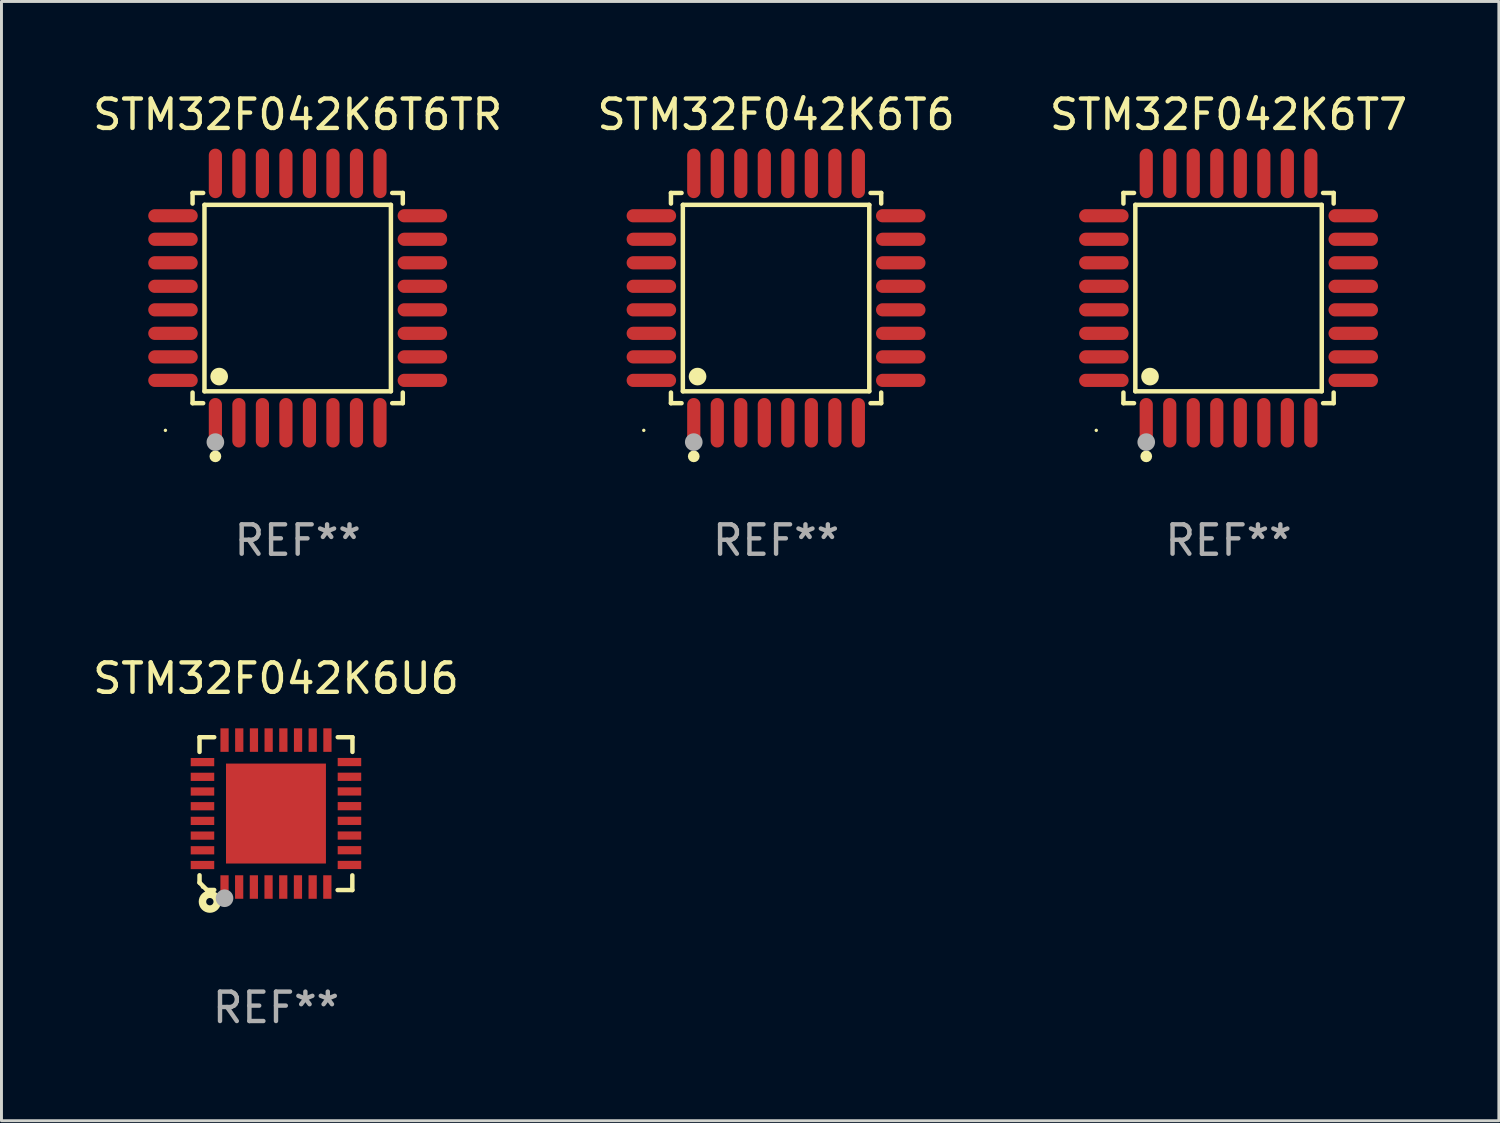
<source format=kicad_pcb>
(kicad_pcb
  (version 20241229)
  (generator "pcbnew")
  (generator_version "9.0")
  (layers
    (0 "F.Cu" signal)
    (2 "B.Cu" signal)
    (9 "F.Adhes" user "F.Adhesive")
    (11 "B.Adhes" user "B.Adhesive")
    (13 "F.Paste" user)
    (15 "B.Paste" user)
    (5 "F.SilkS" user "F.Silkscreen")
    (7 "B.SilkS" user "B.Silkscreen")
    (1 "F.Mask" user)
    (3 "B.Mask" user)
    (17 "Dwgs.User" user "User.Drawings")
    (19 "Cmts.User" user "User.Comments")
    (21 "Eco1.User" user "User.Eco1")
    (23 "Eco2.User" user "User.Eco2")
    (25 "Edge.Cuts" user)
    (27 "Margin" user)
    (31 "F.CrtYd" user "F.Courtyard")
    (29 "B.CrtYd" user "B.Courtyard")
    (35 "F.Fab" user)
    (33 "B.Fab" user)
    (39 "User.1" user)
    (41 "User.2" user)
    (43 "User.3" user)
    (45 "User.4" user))
  (footprint "STM32F042K6T6"
    (layer "F.Cu")
    (at 23.351 7.09)
    (property "Reference" "STM32F042K6T6" (at 0 -6.242 0) (layer "F.SilkS") (effects (font (size 1 1) (thickness 0.15))))
    (attr through_hole)
    (fp_line (start -3.576 -3.576) (end -3.215 -3.576) (stroke (width 0.152) (type solid)) (layer "F.SilkS"))
    (fp_line (start -3.576 -3.215) (end -3.576 -3.576) (stroke (width 0.152) (type solid)) (layer "F.SilkS"))
    (fp_line (start -3.576 3.215) (end -3.576 3.576) (stroke (width 0.152) (type solid)) (layer "F.SilkS"))
    (fp_line (start -3.576 3.576) (end -3.215 3.576) (stroke (width 0.152) (type solid)) (layer "F.SilkS"))
    (fp_line (start -3.171 -3.171) (end 3.171 -3.171) (stroke (width 0.152) (type solid)) (layer "F.SilkS"))
    (fp_line (start -3.171 3.171) (end -3.171 -3.171) (stroke (width 0.152) (type solid)) (layer "F.SilkS"))
    (fp_line (start 3.171 -3.171) (end 3.171 3.171) (stroke (width 0.152) (type solid)) (layer "F.SilkS"))
    (fp_line (start 3.171 3.171) (end -3.171 3.171) (stroke (width 0.152) (type solid)) (layer "F.SilkS"))
    (fp_line (start 3.576 -3.576) (end 3.215 -3.576) (stroke (width 0.152) (type solid)) (layer "F.SilkS"))
    (fp_line (start 3.576 -3.215) (end 3.576 -3.576) (stroke (width 0.152) (type solid)) (layer "F.SilkS"))
    (fp_line (start 3.576 3.215) (end 3.576 3.576) (stroke (width 0.152) (type solid)) (layer "F.SilkS"))
    (fp_line (start 3.576 3.576) (end 3.215 3.576) (stroke (width 0.152) (type solid)) (layer "F.SilkS"))
    (fp_circle (center -4.5 4.5) (end -4.47 4.5) (stroke (width 0.06) (type solid)) (fill no) (layer "F.SilkS"))
    (fp_circle (center -2.8 5.384) (end -2.7 5.384) (stroke (width 0.2) (type solid)) (fill no) (layer "F.SilkS"))
    (fp_circle (center -2.671 2.671) (end -2.521 2.671) (stroke (width 0.3) (type solid)) (fill no) (layer "F.SilkS"))
    (fp_circle (center -2.8 4.9) (end -2.65 4.9) (stroke (width 0.3) (type solid)) (fill no) (layer "F.Fab"))
    (fp_text user "REF**" (at 0 8.242 0) (layer "F.Fab") (effects (font (size 1 1) (thickness 0.15))))
    (pad "1" smd oval (at -2.8 4.242) (size 0.448 1.684) (layers "F.Cu" "F.Mask" "F.Paste"))
    (pad "2" smd oval (at -2 4.242) (size 0.448 1.684) (layers "F.Cu" "F.Mask" "F.Paste"))
    (pad "3" smd oval (at -1.2 4.242) (size 0.448 1.684) (layers "F.Cu" "F.Mask" "F.Paste"))
    (pad "4" smd oval (at -0.4 4.242) (size 0.448 1.684) (layers "F.Cu" "F.Mask" "F.Paste"))
    (pad "5" smd oval (at 0.4 4.242) (size 0.448 1.684) (layers "F.Cu" "F.Mask" "F.Paste"))
    (pad "6" smd oval (at 1.2 4.242) (size 0.448 1.684) (layers "F.Cu" "F.Mask" "F.Paste"))
    (pad "7" smd oval (at 2 4.242) (size 0.448 1.684) (layers "F.Cu" "F.Mask" "F.Paste"))
    (pad "8" smd oval (at 2.8 4.242) (size 0.448 1.684) (layers "F.Cu" "F.Mask" "F.Paste"))
    (pad "9" smd oval (at 4.242 2.8) (size 1.684 0.448) (layers "F.Cu" "F.Mask" "F.Paste"))
    (pad "10" smd oval (at 4.242 2) (size 1.684 0.448) (layers "F.Cu" "F.Mask" "F.Paste"))
    (pad "11" smd oval (at 4.242 1.2) (size 1.684 0.448) (layers "F.Cu" "F.Mask" "F.Paste"))
    (pad "12" smd oval (at 4.242 0.4) (size 1.684 0.448) (layers "F.Cu" "F.Mask" "F.Paste"))
    (pad "13" smd oval (at 4.242 -0.4) (size 1.684 0.448) (layers "F.Cu" "F.Mask" "F.Paste"))
    (pad "14" smd oval (at 4.242 -1.2) (size 1.684 0.448) (layers "F.Cu" "F.Mask" "F.Paste"))
    (pad "15" smd oval (at 4.242 -2) (size 1.684 0.448) (layers "F.Cu" "F.Mask" "F.Paste"))
    (pad "16" smd oval (at 4.242 -2.8) (size 1.684 0.448) (layers "F.Cu" "F.Mask" "F.Paste"))
    (pad "17" smd oval (at 2.8 -4.242) (size 0.448 1.684) (layers "F.Cu" "F.Mask" "F.Paste"))
    (pad "18" smd oval (at 2 -4.242) (size 0.448 1.684) (layers "F.Cu" "F.Mask" "F.Paste"))
    (pad "19" smd oval (at 1.2 -4.242) (size 0.448 1.684) (layers "F.Cu" "F.Mask" "F.Paste"))
    (pad "20" smd oval (at 0.4 -4.242) (size 0.448 1.684) (layers "F.Cu" "F.Mask" "F.Paste"))
    (pad "21" smd oval (at -0.4 -4.242) (size 0.448 1.684) (layers "F.Cu" "F.Mask" "F.Paste"))
    (pad "22" smd oval (at -1.2 -4.242) (size 0.448 1.684) (layers "F.Cu" "F.Mask" "F.Paste"))
    (pad "23" smd oval (at -2 -4.242) (size 0.448 1.684) (layers "F.Cu" "F.Mask" "F.Paste"))
    (pad "24" smd oval (at -2.8 -4.242) (size 0.448 1.684) (layers "F.Cu" "F.Mask" "F.Paste"))
    (pad "25" smd oval (at -4.242 -2.8) (size 1.684 0.448) (layers "F.Cu" "F.Mask" "F.Paste"))
    (pad "26" smd oval (at -4.242 -2) (size 1.684 0.448) (layers "F.Cu" "F.Mask" "F.Paste"))
    (pad "27" smd oval (at -4.242 -1.2) (size 1.684 0.448) (layers "F.Cu" "F.Mask" "F.Paste"))
    (pad "28" smd oval (at -4.242 -0.4) (size 1.684 0.448) (layers "F.Cu" "F.Mask" "F.Paste"))
    (pad "29" smd oval (at -4.242 0.4) (size 1.684 0.448) (layers "F.Cu" "F.Mask" "F.Paste"))
    (pad "30" smd oval (at -4.242 1.2) (size 1.684 0.448) (layers "F.Cu" "F.Mask" "F.Paste"))
    (pad "31" smd oval (at -4.242 2) (size 1.684 0.448) (layers "F.Cu" "F.Mask" "F.Paste"))
    (pad "32" smd oval (at -4.242 2.8) (size 1.684 0.448) (layers "F.Cu" "F.Mask" "F.Paste")))
  (footprint "STM32F042K6T7"
    (layer "F.Cu")
    (at 38.744 7.09)
    (property "Reference" "STM32F042K6T7" (at 0 -6.242 0) (layer "F.SilkS") (effects (font (size 1 1) (thickness 0.15))))
    (attr through_hole)
    (fp_line (start -3.576 -3.576) (end -3.215 -3.576) (stroke (width 0.152) (type solid)) (layer "F.SilkS"))
    (fp_line (start -3.576 -3.215) (end -3.576 -3.576) (stroke (width 0.152) (type solid)) (layer "F.SilkS"))
    (fp_line (start -3.576 3.215) (end -3.576 3.576) (stroke (width 0.152) (type solid)) (layer "F.SilkS"))
    (fp_line (start -3.576 3.576) (end -3.215 3.576) (stroke (width 0.152) (type solid)) (layer "F.SilkS"))
    (fp_line (start -3.171 -3.171) (end 3.171 -3.171) (stroke (width 0.152) (type solid)) (layer "F.SilkS"))
    (fp_line (start -3.171 3.171) (end -3.171 -3.171) (stroke (width 0.152) (type solid)) (layer "F.SilkS"))
    (fp_line (start 3.171 -3.171) (end 3.171 3.171) (stroke (width 0.152) (type solid)) (layer "F.SilkS"))
    (fp_line (start 3.171 3.171) (end -3.171 3.171) (stroke (width 0.152) (type solid)) (layer "F.SilkS"))
    (fp_line (start 3.576 -3.576) (end 3.215 -3.576) (stroke (width 0.152) (type solid)) (layer "F.SilkS"))
    (fp_line (start 3.576 -3.215) (end 3.576 -3.576) (stroke (width 0.152) (type solid)) (layer "F.SilkS"))
    (fp_line (start 3.576 3.215) (end 3.576 3.576) (stroke (width 0.152) (type solid)) (layer "F.SilkS"))
    (fp_line (start 3.576 3.576) (end 3.215 3.576) (stroke (width 0.152) (type solid)) (layer "F.SilkS"))
    (fp_circle (center -4.5 4.5) (end -4.47 4.5) (stroke (width 0.06) (type solid)) (fill no) (layer "F.SilkS"))
    (fp_circle (center -2.8 5.384) (end -2.7 5.384) (stroke (width 0.2) (type solid)) (fill no) (layer "F.SilkS"))
    (fp_circle (center -2.671 2.671) (end -2.521 2.671) (stroke (width 0.3) (type solid)) (fill no) (layer "F.SilkS"))
    (fp_circle (center -2.8 4.9) (end -2.65 4.9) (stroke (width 0.3) (type solid)) (fill no) (layer "F.Fab"))
    (fp_text user "REF**" (at 0 8.242 0) (layer "F.Fab") (effects (font (size 1 1) (thickness 0.15))))
    (pad "1" smd oval (at -2.8 4.242) (size 0.448 1.684) (layers "F.Cu" "F.Mask" "F.Paste"))
    (pad "2" smd oval (at -2 4.242) (size 0.448 1.684) (layers "F.Cu" "F.Mask" "F.Paste"))
    (pad "3" smd oval (at -1.2 4.242) (size 0.448 1.684) (layers "F.Cu" "F.Mask" "F.Paste"))
    (pad "4" smd oval (at -0.4 4.242) (size 0.448 1.684) (layers "F.Cu" "F.Mask" "F.Paste"))
    (pad "5" smd oval (at 0.4 4.242) (size 0.448 1.684) (layers "F.Cu" "F.Mask" "F.Paste"))
    (pad "6" smd oval (at 1.2 4.242) (size 0.448 1.684) (layers "F.Cu" "F.Mask" "F.Paste"))
    (pad "7" smd oval (at 2 4.242) (size 0.448 1.684) (layers "F.Cu" "F.Mask" "F.Paste"))
    (pad "8" smd oval (at 2.8 4.242) (size 0.448 1.684) (layers "F.Cu" "F.Mask" "F.Paste"))
    (pad "9" smd oval (at 4.242 2.8) (size 1.684 0.448) (layers "F.Cu" "F.Mask" "F.Paste"))
    (pad "10" smd oval (at 4.242 2) (size 1.684 0.448) (layers "F.Cu" "F.Mask" "F.Paste"))
    (pad "11" smd oval (at 4.242 1.2) (size 1.684 0.448) (layers "F.Cu" "F.Mask" "F.Paste"))
    (pad "12" smd oval (at 4.242 0.4) (size 1.684 0.448) (layers "F.Cu" "F.Mask" "F.Paste"))
    (pad "13" smd oval (at 4.242 -0.4) (size 1.684 0.448) (layers "F.Cu" "F.Mask" "F.Paste"))
    (pad "14" smd oval (at 4.242 -1.2) (size 1.684 0.448) (layers "F.Cu" "F.Mask" "F.Paste"))
    (pad "15" smd oval (at 4.242 -2) (size 1.684 0.448) (layers "F.Cu" "F.Mask" "F.Paste"))
    (pad "16" smd oval (at 4.242 -2.8) (size 1.684 0.448) (layers "F.Cu" "F.Mask" "F.Paste"))
    (pad "17" smd oval (at 2.8 -4.242) (size 0.448 1.684) (layers "F.Cu" "F.Mask" "F.Paste"))
    (pad "18" smd oval (at 2 -4.242) (size 0.448 1.684) (layers "F.Cu" "F.Mask" "F.Paste"))
    (pad "19" smd oval (at 1.2 -4.242) (size 0.448 1.684) (layers "F.Cu" "F.Mask" "F.Paste"))
    (pad "20" smd oval (at 0.4 -4.242) (size 0.448 1.684) (layers "F.Cu" "F.Mask" "F.Paste"))
    (pad "21" smd oval (at -0.4 -4.242) (size 0.448 1.684) (layers "F.Cu" "F.Mask" "F.Paste"))
    (pad "22" smd oval (at -1.2 -4.242) (size 0.448 1.684) (layers "F.Cu" "F.Mask" "F.Paste"))
    (pad "23" smd oval (at -2 -4.242) (size 0.448 1.684) (layers "F.Cu" "F.Mask" "F.Paste"))
    (pad "24" smd oval (at -2.8 -4.242) (size 0.448 1.684) (layers "F.Cu" "F.Mask" "F.Paste"))
    (pad "25" smd oval (at -4.242 -2.8) (size 1.684 0.448) (layers "F.Cu" "F.Mask" "F.Paste"))
    (pad "26" smd oval (at -4.242 -2) (size 1.684 0.448) (layers "F.Cu" "F.Mask" "F.Paste"))
    (pad "27" smd oval (at -4.242 -1.2) (size 1.684 0.448) (layers "F.Cu" "F.Mask" "F.Paste"))
    (pad "28" smd oval (at -4.242 -0.4) (size 1.684 0.448) (layers "F.Cu" "F.Mask" "F.Paste"))
    (pad "29" smd oval (at -4.242 0.4) (size 1.684 0.448) (layers "F.Cu" "F.Mask" "F.Paste"))
    (pad "30" smd oval (at -4.242 1.2) (size 1.684 0.448) (layers "F.Cu" "F.Mask" "F.Paste"))
    (pad "31" smd oval (at -4.242 2) (size 1.684 0.448) (layers "F.Cu" "F.Mask" "F.Paste"))
    (pad "32" smd oval (at -4.242 2.8) (size 1.684 0.448) (layers "F.Cu" "F.Mask" "F.Paste")))
  (footprint "STM32F042K6T6TR"
    (layer "F.Cu")
    (at 7.077 7.09)
    (property "Reference" "STM32F042K6T6TR" (at 0 -6.242 0) (layer "F.SilkS") (effects (font (size 1 1) (thickness 0.15))))
    (attr through_hole)
    (fp_line (start -3.576 -3.576) (end -3.215 -3.576) (stroke (width 0.152) (type solid)) (layer "F.SilkS"))
    (fp_line (start -3.576 -3.215) (end -3.576 -3.576) (stroke (width 0.152) (type solid)) (layer "F.SilkS"))
    (fp_line (start -3.576 3.215) (end -3.576 3.576) (stroke (width 0.152) (type solid)) (layer "F.SilkS"))
    (fp_line (start -3.576 3.576) (end -3.215 3.576) (stroke (width 0.152) (type solid)) (layer "F.SilkS"))
    (fp_line (start -3.171 -3.171) (end 3.171 -3.171) (stroke (width 0.152) (type solid)) (layer "F.SilkS"))
    (fp_line (start -3.171 3.171) (end -3.171 -3.171) (stroke (width 0.152) (type solid)) (layer "F.SilkS"))
    (fp_line (start 3.171 -3.171) (end 3.171 3.171) (stroke (width 0.152) (type solid)) (layer "F.SilkS"))
    (fp_line (start 3.171 3.171) (end -3.171 3.171) (stroke (width 0.152) (type solid)) (layer "F.SilkS"))
    (fp_line (start 3.576 -3.576) (end 3.215 -3.576) (stroke (width 0.152) (type solid)) (layer "F.SilkS"))
    (fp_line (start 3.576 -3.215) (end 3.576 -3.576) (stroke (width 0.152) (type solid)) (layer "F.SilkS"))
    (fp_line (start 3.576 3.215) (end 3.576 3.576) (stroke (width 0.152) (type solid)) (layer "F.SilkS"))
    (fp_line (start 3.576 3.576) (end 3.215 3.576) (stroke (width 0.152) (type solid)) (layer "F.SilkS"))
    (fp_circle (center -4.5 4.5) (end -4.47 4.5) (stroke (width 0.06) (type solid)) (fill no) (layer "F.SilkS"))
    (fp_circle (center -2.8 5.384) (end -2.7 5.384) (stroke (width 0.2) (type solid)) (fill no) (layer "F.SilkS"))
    (fp_circle (center -2.671 2.671) (end -2.521 2.671) (stroke (width 0.3) (type solid)) (fill no) (layer "F.SilkS"))
    (fp_circle (center -2.8 4.9) (end -2.65 4.9) (stroke (width 0.3) (type solid)) (fill no) (layer "F.Fab"))
    (fp_text user "REF**" (at 0 8.242 0) (layer "F.Fab") (effects (font (size 1 1) (thickness 0.15))))
    (pad "1" smd oval (at -2.8 4.242) (size 0.448 1.684) (layers "F.Cu" "F.Mask" "F.Paste"))
    (pad "2" smd oval (at -2 4.242) (size 0.448 1.684) (layers "F.Cu" "F.Mask" "F.Paste"))
    (pad "3" smd oval (at -1.2 4.242) (size 0.448 1.684) (layers "F.Cu" "F.Mask" "F.Paste"))
    (pad "4" smd oval (at -0.4 4.242) (size 0.448 1.684) (layers "F.Cu" "F.Mask" "F.Paste"))
    (pad "5" smd oval (at 0.4 4.242) (size 0.448 1.684) (layers "F.Cu" "F.Mask" "F.Paste"))
    (pad "6" smd oval (at 1.2 4.242) (size 0.448 1.684) (layers "F.Cu" "F.Mask" "F.Paste"))
    (pad "7" smd oval (at 2 4.242) (size 0.448 1.684) (layers "F.Cu" "F.Mask" "F.Paste"))
    (pad "8" smd oval (at 2.8 4.242) (size 0.448 1.684) (layers "F.Cu" "F.Mask" "F.Paste"))
    (pad "9" smd oval (at 4.242 2.8) (size 1.684 0.448) (layers "F.Cu" "F.Mask" "F.Paste"))
    (pad "10" smd oval (at 4.242 2) (size 1.684 0.448) (layers "F.Cu" "F.Mask" "F.Paste"))
    (pad "11" smd oval (at 4.242 1.2) (size 1.684 0.448) (layers "F.Cu" "F.Mask" "F.Paste"))
    (pad "12" smd oval (at 4.242 0.4) (size 1.684 0.448) (layers "F.Cu" "F.Mask" "F.Paste"))
    (pad "13" smd oval (at 4.242 -0.4) (size 1.684 0.448) (layers "F.Cu" "F.Mask" "F.Paste"))
    (pad "14" smd oval (at 4.242 -1.2) (size 1.684 0.448) (layers "F.Cu" "F.Mask" "F.Paste"))
    (pad "15" smd oval (at 4.242 -2) (size 1.684 0.448) (layers "F.Cu" "F.Mask" "F.Paste"))
    (pad "16" smd oval (at 4.242 -2.8) (size 1.684 0.448) (layers "F.Cu" "F.Mask" "F.Paste"))
    (pad "17" smd oval (at 2.8 -4.242) (size 0.448 1.684) (layers "F.Cu" "F.Mask" "F.Paste"))
    (pad "18" smd oval (at 2 -4.242) (size 0.448 1.684) (layers "F.Cu" "F.Mask" "F.Paste"))
    (pad "19" smd oval (at 1.2 -4.242) (size 0.448 1.684) (layers "F.Cu" "F.Mask" "F.Paste"))
    (pad "20" smd oval (at 0.4 -4.242) (size 0.448 1.684) (layers "F.Cu" "F.Mask" "F.Paste"))
    (pad "21" smd oval (at -0.4 -4.242) (size 0.448 1.684) (layers "F.Cu" "F.Mask" "F.Paste"))
    (pad "22" smd oval (at -1.2 -4.242) (size 0.448 1.684) (layers "F.Cu" "F.Mask" "F.Paste"))
    (pad "23" smd oval (at -2 -4.242) (size 0.448 1.684) (layers "F.Cu" "F.Mask" "F.Paste"))
    (pad "24" smd oval (at -2.8 -4.242) (size 0.448 1.684) (layers "F.Cu" "F.Mask" "F.Paste"))
    (pad "25" smd oval (at -4.242 -2.8) (size 1.684 0.448) (layers "F.Cu" "F.Mask" "F.Paste"))
    (pad "26" smd oval (at -4.242 -2) (size 1.684 0.448) (layers "F.Cu" "F.Mask" "F.Paste"))
    (pad "27" smd oval (at -4.242 -1.2) (size 1.684 0.448) (layers "F.Cu" "F.Mask" "F.Paste"))
    (pad "28" smd oval (at -4.242 -0.4) (size 1.684 0.448) (layers "F.Cu" "F.Mask" "F.Paste"))
    (pad "29" smd oval (at -4.242 0.4) (size 1.684 0.448) (layers "F.Cu" "F.Mask" "F.Paste"))
    (pad "30" smd oval (at -4.242 1.2) (size 1.684 0.448) (layers "F.Cu" "F.Mask" "F.Paste"))
    (pad "31" smd oval (at -4.242 2) (size 1.684 0.448) (layers "F.Cu" "F.Mask" "F.Paste"))
    (pad "32" smd oval (at -4.242 2.8) (size 1.684 0.448) (layers "F.Cu" "F.Mask" "F.Paste")))
  (footprint "STM32F042K6U6"
    (layer "F.Cu")
    (at 6.339 24.629)
    (property "Reference" "STM32F042K6U6" (at 0 -4.6 0) (layer "F.SilkS") (effects (font (size 1 1) (thickness 0.15))))
    (attr through_hole)
    (fp_line (start -2.601 2.097) (end -2.601 2.347) (stroke (width 0.152) (type solid)) (layer "F.SilkS"))
    (fp_line (start -2.601 2.347) (end -2.351 2.597) (stroke (width 0.152) (type solid)) (layer "F.SilkS"))
    (fp_line (start -2.601 -2.6) (end -2.601 -2.1) (stroke (width 0.152) (type solid)) (layer "F.SilkS"))
    (fp_line (start -2.601 -2.6) (end -2.101 -2.6) (stroke (width 0.152) (type solid)) (layer "F.SilkS"))
    (fp_line (start -2.351 2.597) (end -2.101 2.597) (stroke (width 0.152) (type solid)) (layer "F.SilkS"))
    (fp_line (start 2.597 2.6) (end 2.097 2.6) (stroke (width 0.152) (type solid)) (layer "F.SilkS"))
    (fp_line (start 2.597 2.6) (end 2.597 2.1) (stroke (width 0.152) (type solid)) (layer "F.SilkS"))
    (fp_line (start 2.601 -2.6) (end 2.101 -2.6) (stroke (width 0.152) (type solid)) (layer "F.SilkS"))
    (fp_line (start 2.601 -2.6) (end 2.601 -2.1) (stroke (width 0.152) (type solid)) (layer "F.SilkS"))
    (fp_circle (center -2.501 2.497) (end -2.471 2.497) (stroke (width 0.06) (type solid)) (fill no) (layer "F.SilkS"))
    (fp_circle (center -2.25 2.995) (end -2.125 2.995) (stroke (width 0.254) (type solid)) (fill no) (layer "F.SilkS"))
    (fp_circle (center -1.751 2.878) (end -1.601 2.878) (stroke (width 0.3) (type solid)) (fill no) (layer "F.Fab"))
    (fp_text user "REF**" (at 0 6.6 0) (layer "F.Fab") (effects (font (size 1 1) (thickness 0.15))))
    (pad "1" smd rect (at -1.751 2.497) (size 0.28 0.8) (layers "F.Cu" "F.Mask" "F.Paste"))
    (pad "2" smd rect (at -1.253 2.497) (size 0.28 0.8) (layers "F.Cu" "F.Mask" "F.Paste"))
    (pad "3" smd rect (at -0.753 2.497) (size 0.28 0.8) (layers "F.Cu" "F.Mask" "F.Paste"))
    (pad "4" smd rect (at -0.253 2.497) (size 0.28 0.8) (layers "F.Cu" "F.Mask" "F.Paste"))
    (pad "5" smd rect (at 0.247 2.497) (size 0.28 0.8) (layers "F.Cu" "F.Mask" "F.Paste"))
    (pad "6" smd rect (at 0.747 2.497) (size 0.28 0.8) (layers "F.Cu" "F.Mask" "F.Paste"))
    (pad "7" smd rect (at 1.247 2.497) (size 0.28 0.8) (layers "F.Cu" "F.Mask" "F.Paste"))
    (pad "8" smd rect (at 1.747 2.497) (size 0.28 0.8) (layers "F.Cu" "F.Mask" "F.Paste"))
    (pad "9" smd rect (at 2.499 1.746) (size 0.8 0.28) (layers "F.Cu" "F.Mask" "F.Paste"))
    (pad "10" smd rect (at 2.499 1.245) (size 0.8 0.28) (layers "F.Cu" "F.Mask" "F.Paste"))
    (pad "11" smd rect (at 2.499 0.746) (size 0.8 0.28) (layers "F.Cu" "F.Mask" "F.Paste"))
    (pad "12" smd rect (at 2.499 0.245) (size 0.8 0.28) (layers "F.Cu" "F.Mask" "F.Paste"))
    (pad "13" smd rect (at 2.499 -0.254) (size 0.8 0.28) (layers "F.Cu" "F.Mask" "F.Paste"))
    (pad "14" smd rect (at 2.499 -0.755) (size 0.8 0.28) (layers "F.Cu" "F.Mask" "F.Paste"))
    (pad "15" smd rect (at 2.499 -1.254) (size 0.8 0.28) (layers "F.Cu" "F.Mask" "F.Paste"))
    (pad "16" smd rect (at 2.499 -1.755) (size 0.8 0.28) (layers "F.Cu" "F.Mask" "F.Paste"))
    (pad "17" smd rect (at 1.75 -2.502) (size 0.28 0.8) (layers "F.Cu" "F.Mask" "F.Paste"))
    (pad "18" smd rect (at 1.25 -2.502) (size 0.28 0.8) (layers "F.Cu" "F.Mask" "F.Paste"))
    (pad "19" smd rect (at 0.75 -2.502) (size 0.28 0.8) (layers "F.Cu" "F.Mask" "F.Paste"))
    (pad "20" smd rect (at 0.25 -2.502) (size 0.28 0.8) (layers "F.Cu" "F.Mask" "F.Paste"))
    (pad "21" smd rect (at -0.25 -2.502) (size 0.28 0.8) (layers "F.Cu" "F.Mask" "F.Paste"))
    (pad "22" smd rect (at -0.75 -2.502) (size 0.28 0.8) (layers "F.Cu" "F.Mask" "F.Paste"))
    (pad "23" smd rect (at -1.25 -2.502) (size 0.28 0.8) (layers "F.Cu" "F.Mask" "F.Paste"))
    (pad "24" smd rect (at -1.75 -2.502) (size 0.28 0.8) (layers "F.Cu" "F.Mask" "F.Paste"))
    (pad "25" smd rect (at -2.501 -1.753) (size 0.8 0.28) (layers "F.Cu" "F.Mask" "F.Paste"))
    (pad "26" smd rect (at -2.501 -1.252) (size 0.8 0.28) (layers "F.Cu" "F.Mask" "F.Paste"))
    (pad "27" smd rect (at -2.501 -0.753) (size 0.8 0.28) (layers "F.Cu" "F.Mask" "F.Paste"))
    (pad "28" smd rect (at -2.501 -0.252) (size 0.8 0.28) (layers "F.Cu" "F.Mask" "F.Paste"))
    (pad "29" smd rect (at -2.501 0.247) (size 0.8 0.28) (layers "F.Cu" "F.Mask" "F.Paste"))
    (pad "30" smd rect (at -2.501 0.748) (size 0.8 0.28) (layers "F.Cu" "F.Mask" "F.Paste"))
    (pad "31" smd rect (at -2.501 1.247) (size 0.8 0.28) (layers "F.Cu" "F.Mask" "F.Paste"))
    (pad "32" smd rect (at -2.501 1.748) (size 0.8 0.28) (layers "F.Cu" "F.Mask" "F.Paste"))
    (pad "33" smd rect (at -0.001 -0.003 180) (size 3.4 3.4) (layers "F.Cu" "F.Mask" "F.Paste")))
  (gr_rect
    (start -3 -3)
    (end 47.94 35.077)
    (stroke (width 0.1) (type default))
    (fill no)
    (layer "Edge.Cuts")))
</source>
